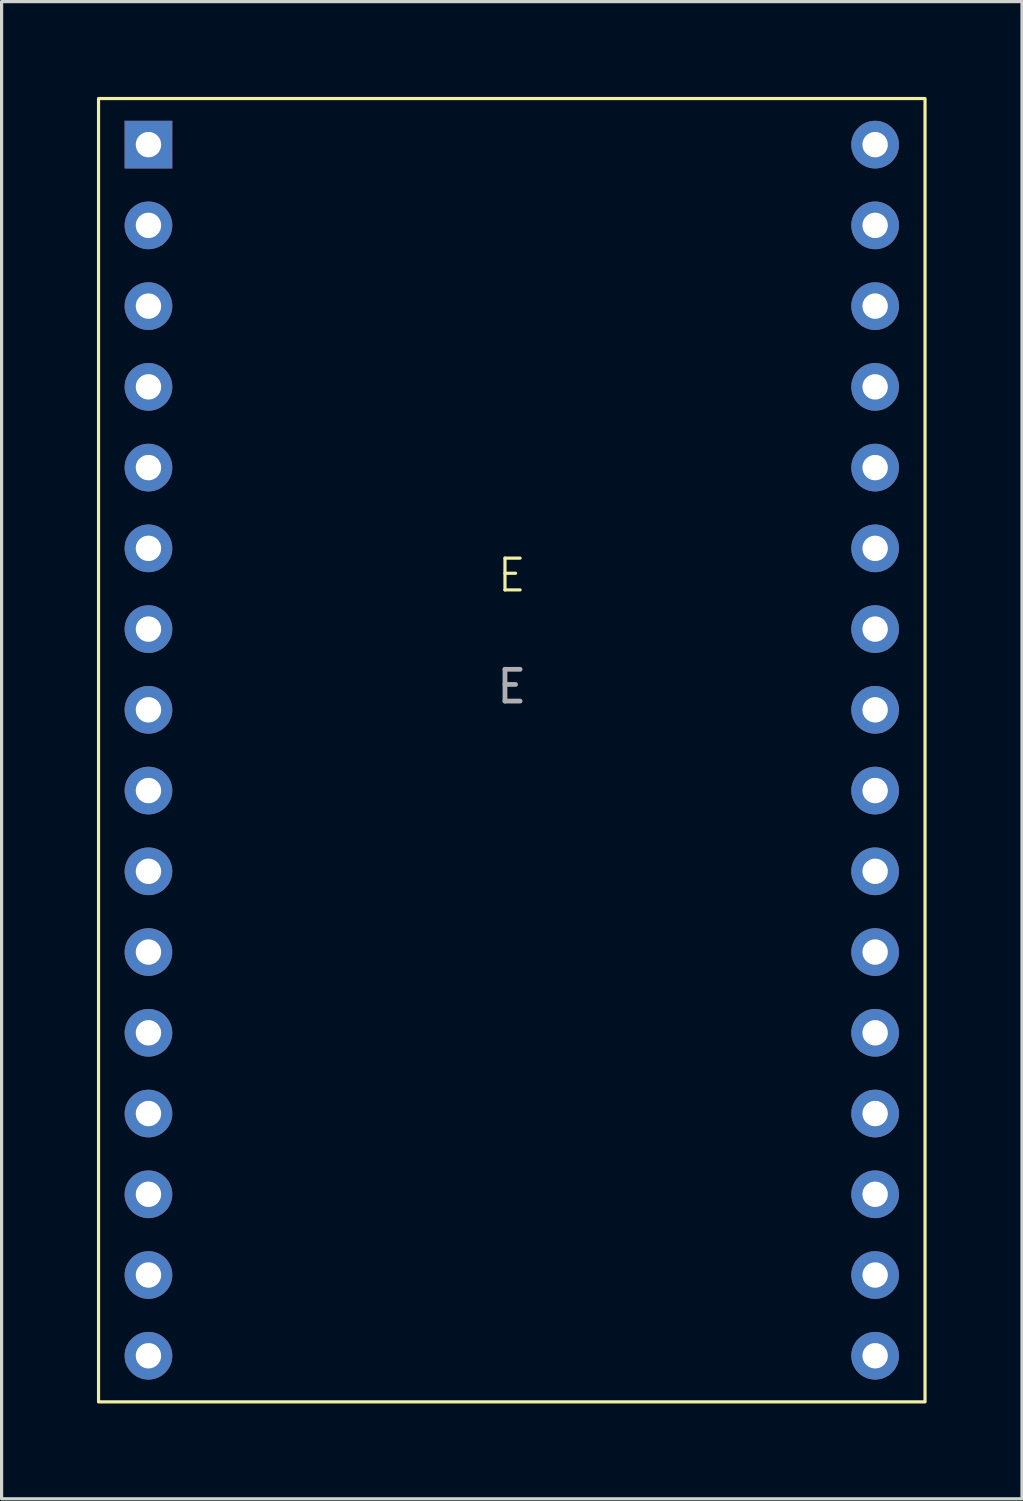
<source format=kicad_pcb>
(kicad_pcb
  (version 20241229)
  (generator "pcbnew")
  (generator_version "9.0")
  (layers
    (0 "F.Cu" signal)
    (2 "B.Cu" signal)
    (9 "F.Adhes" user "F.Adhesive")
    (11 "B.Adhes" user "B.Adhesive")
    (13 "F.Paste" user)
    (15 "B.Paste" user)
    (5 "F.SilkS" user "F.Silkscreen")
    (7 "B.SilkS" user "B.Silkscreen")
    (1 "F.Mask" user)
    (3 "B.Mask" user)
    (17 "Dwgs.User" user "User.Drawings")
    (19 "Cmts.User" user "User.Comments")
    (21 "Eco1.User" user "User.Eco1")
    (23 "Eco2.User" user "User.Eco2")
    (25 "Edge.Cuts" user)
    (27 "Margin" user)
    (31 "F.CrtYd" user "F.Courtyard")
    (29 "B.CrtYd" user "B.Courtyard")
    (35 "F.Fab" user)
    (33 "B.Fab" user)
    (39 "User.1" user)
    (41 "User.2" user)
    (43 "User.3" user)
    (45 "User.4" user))
  (footprint "E"
    (layer "F.Cu")
    (at 13.05 20.55)
    (property "Reference" "E" (at 0 -5.5 0) (unlocked yes) (layer "F.SilkS") (effects (font (size 1 1) (thickness 0.1))))
    (attr smd)
    (fp_rect (start -13 -20.5) (end 13 20.5) (stroke (width 0.1) (type default)) (fill no) (layer "F.SilkS"))
    (fp_text user "${REFERENCE}" (at 0 -2 0) (unlocked yes) (layer "F.Fab") (effects (font (size 1 1) (thickness 0.15))))
    (pad "1" thru_hole rect (at -11.43 -19.05) (size 1.5 1.5) (drill 0.8) (layers "*.Cu" "*.Mask"))
    (pad "2" thru_hole circle (at -11.43 -16.51) (size 1.5 1.5) (drill 0.8) (layers "*.Cu" "*.Mask"))
    (pad "3" thru_hole circle (at -11.43 -13.97) (size 1.5 1.5) (drill 0.8) (layers "*.Cu" "*.Mask"))
    (pad "4" thru_hole circle (at -11.43 -11.43) (size 1.5 1.5) (drill 0.8) (layers "*.Cu" "*.Mask"))
    (pad "5" thru_hole circle (at -11.43 -8.89) (size 1.5 1.5) (drill 0.8) (layers "*.Cu" "*.Mask"))
    (pad "6" thru_hole circle (at -11.43 -6.35) (size 1.5 1.5) (drill 0.8) (layers "*.Cu" "*.Mask"))
    (pad "7" thru_hole circle (at -11.43 -3.81) (size 1.5 1.5) (drill 0.8) (layers "*.Cu" "*.Mask"))
    (pad "8" thru_hole circle (at -11.43 -1.27) (size 1.5 1.5) (drill 0.8) (layers "*.Cu" "*.Mask"))
    (pad "9" thru_hole circle (at -11.43 1.27) (size 1.5 1.5) (drill 0.8) (layers "*.Cu" "*.Mask"))
    (pad "10" thru_hole circle (at -11.43 3.81) (size 1.5 1.5) (drill 0.8) (layers "*.Cu" "*.Mask"))
    (pad "11" thru_hole circle (at -11.43 6.35) (size 1.5 1.5) (drill 0.8) (layers "*.Cu" "*.Mask"))
    (pad "12" thru_hole circle (at -11.43 8.89) (size 1.5 1.5) (drill 0.8) (layers "*.Cu" "*.Mask"))
    (pad "13" thru_hole circle (at -11.43 11.43) (size 1.5 1.5) (drill 0.8) (layers "*.Cu" "*.Mask"))
    (pad "14" thru_hole circle (at -11.43 13.97) (size 1.5 1.5) (drill 0.8) (layers "*.Cu" "*.Mask"))
    (pad "15" thru_hole circle (at -11.43 16.51) (size 1.5 1.5) (drill 0.8) (layers "*.Cu" "*.Mask"))
    (pad "16" thru_hole circle (at -11.43 19.05) (size 1.5 1.5) (drill 0.8) (layers "*.Cu" "*.Mask"))
    (pad "17" thru_hole circle (at 11.43 -19.05) (size 1.5 1.5) (drill 0.8) (layers "*.Cu" "*.Mask"))
    (pad "18" thru_hole circle (at 11.43 -16.51) (size 1.5 1.5) (drill 0.8) (layers "*.Cu" "*.Mask"))
    (pad "19" thru_hole circle (at 11.43 -13.97) (size 1.5 1.5) (drill 0.8) (layers "*.Cu" "*.Mask"))
    (pad "20" thru_hole circle (at 11.43 -11.43) (size 1.5 1.5) (drill 0.8) (layers "*.Cu" "*.Mask"))
    (pad "21" thru_hole circle (at 11.43 -8.89) (size 1.5 1.5) (drill 0.8) (layers "*.Cu" "*.Mask"))
    (pad "22" thru_hole circle (at 11.43 -6.35) (size 1.5 1.5) (drill 0.8) (layers "*.Cu" "*.Mask"))
    (pad "23" thru_hole circle (at 11.43 -3.81) (size 1.5 1.5) (drill 0.8) (layers "*.Cu" "*.Mask"))
    (pad "24" thru_hole circle (at 11.43 -1.27) (size 1.5 1.5) (drill 0.8) (layers "*.Cu" "*.Mask"))
    (pad "25" thru_hole circle (at 11.43 1.27) (size 1.5 1.5) (drill 0.8) (layers "*.Cu" "*.Mask"))
    (pad "26" thru_hole circle (at 11.43 3.81) (size 1.5 1.5) (drill 0.8) (layers "*.Cu" "*.Mask"))
    (pad "27" thru_hole circle (at 11.43 6.35) (size 1.5 1.5) (drill 0.8) (layers "*.Cu" "*.Mask"))
    (pad "28" thru_hole circle (at 11.43 8.89) (size 1.5 1.5) (drill 0.8) (layers "*.Cu" "*.Mask"))
    (pad "29" thru_hole circle (at 11.43 11.43) (size 1.5 1.5) (drill 0.8) (layers "*.Cu" "*.Mask"))
    (pad "30" thru_hole circle (at 11.43 13.97) (size 1.5 1.5) (drill 0.8) (layers "*.Cu" "*.Mask"))
    (pad "31" thru_hole circle (at 11.43 16.51) (size 1.5 1.5) (drill 0.8) (layers "*.Cu" "*.Mask"))
    (pad "32" thru_hole circle (at 11.43 19.05) (size 1.5 1.5) (drill 0.8) (layers "*.Cu" "*.Mask")))
  (gr_rect
    (start -3 -3)
    (end 29.1 44.1)
    (stroke (width 0.1) (type default))
    (fill no)
    (layer "Edge.Cuts")))
</source>
